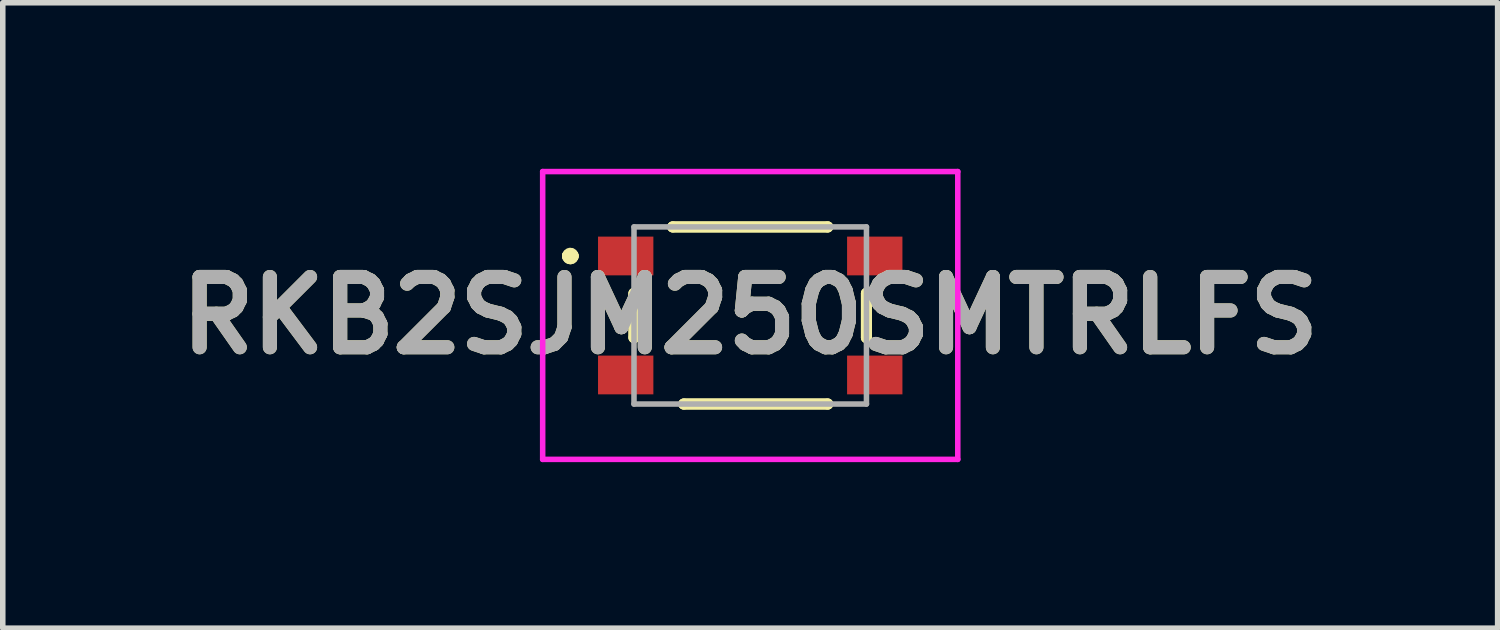
<source format=kicad_pcb>
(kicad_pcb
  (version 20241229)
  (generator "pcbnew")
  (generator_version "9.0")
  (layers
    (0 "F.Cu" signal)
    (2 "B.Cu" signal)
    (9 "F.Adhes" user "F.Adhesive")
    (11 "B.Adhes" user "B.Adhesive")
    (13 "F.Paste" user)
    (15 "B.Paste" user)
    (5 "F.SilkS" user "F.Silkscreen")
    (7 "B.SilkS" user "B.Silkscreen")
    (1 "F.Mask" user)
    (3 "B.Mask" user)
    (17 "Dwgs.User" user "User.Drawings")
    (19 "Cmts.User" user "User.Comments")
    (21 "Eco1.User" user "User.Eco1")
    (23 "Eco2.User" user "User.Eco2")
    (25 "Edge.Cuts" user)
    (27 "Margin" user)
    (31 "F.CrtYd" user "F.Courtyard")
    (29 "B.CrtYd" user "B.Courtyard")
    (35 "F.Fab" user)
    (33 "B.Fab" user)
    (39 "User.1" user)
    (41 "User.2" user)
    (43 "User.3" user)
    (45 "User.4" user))
  (footprint "RKB2SJM250SMTRLFS"
    (layer "F.Cu")
    (at 10.505 2.65)
    (property "Reference" "RKB2SJM250SMTRLFS" (at 0 0 0) (layer "F.SilkS") (effects (font (size 1.27 1.27) (thickness 0.254))))
    (attr smd)
    (fp_line (start -3.3 -1.075) (end -3.3 -1.075) (stroke (width 0.2) (type solid)) (layer "F.SilkS"))
    (fp_line (start -3.3 -1.075) (end -3.3 -1.075) (stroke (width 0.2) (type solid)) (layer "F.SilkS"))
    (fp_line (start -3.2 -1.075) (end -3.2 -1.075) (stroke (width 0.2) (type solid)) (layer "F.SilkS"))
    (fp_line (start -2.1 -0.4) (end -2.1 -0.4) (stroke (width 0.2) (type solid)) (layer "F.SilkS"))
    (fp_line (start -2.1 -0.4) (end -2.1 0.4) (stroke (width 0.2) (type solid)) (layer "F.SilkS"))
    (fp_line (start -2.1 0.4) (end -2.1 -0.4) (stroke (width 0.2) (type solid)) (layer "F.SilkS"))
    (fp_line (start -2.1 0.4) (end -2.1 0.4) (stroke (width 0.2) (type solid)) (layer "F.SilkS"))
    (fp_line (start -1.4 -1.6) (end -1.4 -1.6) (stroke (width 0.2) (type solid)) (layer "F.SilkS"))
    (fp_line (start -1.4 -1.6) (end 1.4 -1.6) (stroke (width 0.2) (type solid)) (layer "F.SilkS"))
    (fp_line (start -1.2 1.6) (end -1.2 1.6) (stroke (width 0.2) (type solid)) (layer "F.SilkS"))
    (fp_line (start -1.2 1.6) (end 1.4 1.6) (stroke (width 0.2) (type solid)) (layer "F.SilkS"))
    (fp_line (start 1.4 -1.6) (end -1.4 -1.6) (stroke (width 0.2) (type solid)) (layer "F.SilkS"))
    (fp_line (start 1.4 -1.6) (end 1.4 -1.6) (stroke (width 0.2) (type solid)) (layer "F.SilkS"))
    (fp_line (start 1.4 1.6) (end -1.2 1.6) (stroke (width 0.2) (type solid)) (layer "F.SilkS"))
    (fp_line (start 1.4 1.6) (end 1.4 1.6) (stroke (width 0.2) (type solid)) (layer "F.SilkS"))
    (fp_line (start 2.1 -0.4) (end 2.1 -0.4) (stroke (width 0.2) (type solid)) (layer "F.SilkS"))
    (fp_line (start 2.1 -0.4) (end 2.1 0.4) (stroke (width 0.2) (type solid)) (layer "F.SilkS"))
    (fp_line (start 2.1 0.4) (end 2.1 -0.4) (stroke (width 0.2) (type solid)) (layer "F.SilkS"))
    (fp_line (start 2.1 0.4) (end 2.1 0.4) (stroke (width 0.2) (type solid)) (layer "F.SilkS"))
    (fp_arc (start -3.3 -1.075) (mid -3.25 -1.125) (end -3.2 -1.075) (stroke (width 0.2) (type solid)) (layer "F.SilkS"))
    (fp_arc (start -3.2 -1.075) (mid -3.25 -1.025) (end -3.3 -1.075) (stroke (width 0.2) (type solid)) (layer "F.SilkS"))
    (fp_arc (start -3.2 -1.075) (mid -3.25 -1.025) (end -3.3 -1.075) (stroke (width 0.2) (type solid)) (layer "F.SilkS"))
    (fp_line (start -3.75 -2.6) (end 3.75 -2.6) (stroke (width 0.1) (type solid)) (layer "F.CrtYd"))
    (fp_line (start -3.75 2.6) (end -3.75 -2.6) (stroke (width 0.1) (type solid)) (layer "F.CrtYd"))
    (fp_line (start 3.75 -2.6) (end 3.75 2.6) (stroke (width 0.1) (type solid)) (layer "F.CrtYd"))
    (fp_line (start 3.75 2.6) (end -3.75 2.6) (stroke (width 0.1) (type solid)) (layer "F.CrtYd"))
    (fp_line (start -2.1 -1.6) (end -2.1 1.6) (stroke (width 0.1) (type solid)) (layer "F.Fab"))
    (fp_line (start -2.1 1.6) (end 2.1 1.6) (stroke (width 0.1) (type solid)) (layer "F.Fab"))
    (fp_line (start 2.1 -1.6) (end -2.1 -1.6) (stroke (width 0.1) (type solid)) (layer "F.Fab"))
    (fp_line (start 2.1 1.6) (end 2.1 -1.6) (stroke (width 0.1) (type solid)) (layer "F.Fab"))
    (fp_text user "${REFERENCE}" (at 0 0 0) (layer "F.Fab") (effects (font (size 1.27 1.27) (thickness 0.254))))
    (pad "1" smd rect (at -2.25 -1.075 90) (size 0.7 1) (layers "F.Cu" "F.Mask" "F.Paste"))
    (pad "2" smd rect (at 2.25 -1.075 90) (size 0.7 1) (layers "F.Cu" "F.Mask" "F.Paste"))
    (pad "3" smd rect (at -2.25 1.075 90) (size 0.7 1) (layers "F.Cu" "F.Mask" "F.Paste"))
    (pad "4" smd rect (at 2.25 1.075 90) (size 0.7 1) (layers "F.Cu" "F.Mask" "F.Paste")))
  (gr_rect
    (start -3 -3)
    (end 24.009 8.3)
    (stroke (width 0.1) (type default))
    (fill no)
    (layer "Edge.Cuts")))
</source>
